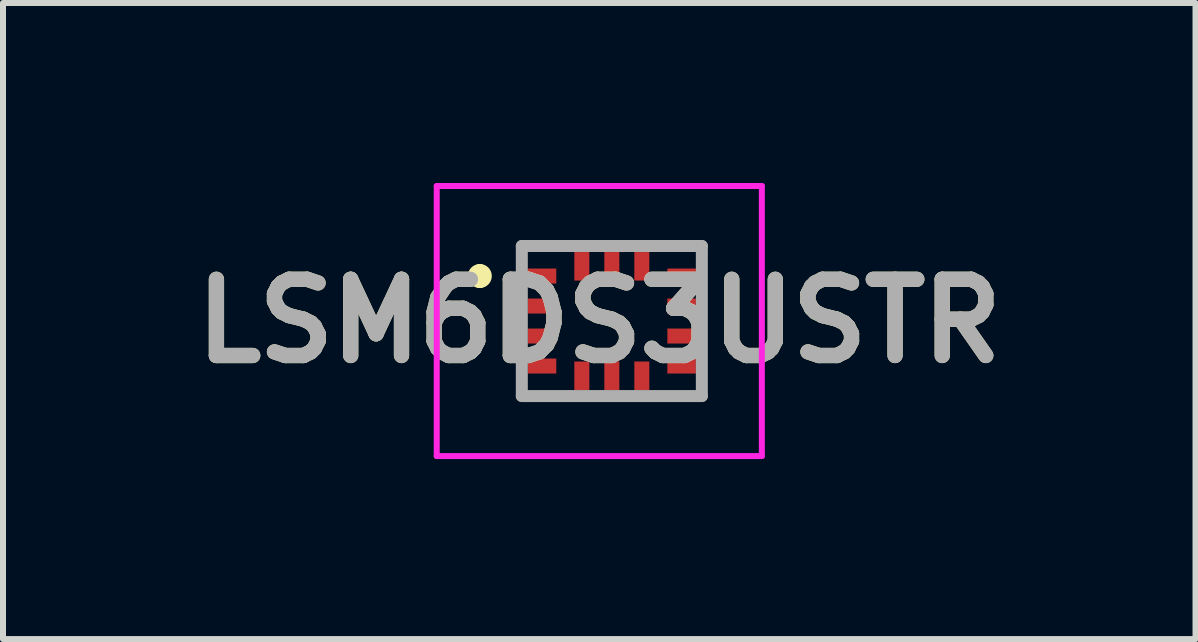
<source format=kicad_pcb>
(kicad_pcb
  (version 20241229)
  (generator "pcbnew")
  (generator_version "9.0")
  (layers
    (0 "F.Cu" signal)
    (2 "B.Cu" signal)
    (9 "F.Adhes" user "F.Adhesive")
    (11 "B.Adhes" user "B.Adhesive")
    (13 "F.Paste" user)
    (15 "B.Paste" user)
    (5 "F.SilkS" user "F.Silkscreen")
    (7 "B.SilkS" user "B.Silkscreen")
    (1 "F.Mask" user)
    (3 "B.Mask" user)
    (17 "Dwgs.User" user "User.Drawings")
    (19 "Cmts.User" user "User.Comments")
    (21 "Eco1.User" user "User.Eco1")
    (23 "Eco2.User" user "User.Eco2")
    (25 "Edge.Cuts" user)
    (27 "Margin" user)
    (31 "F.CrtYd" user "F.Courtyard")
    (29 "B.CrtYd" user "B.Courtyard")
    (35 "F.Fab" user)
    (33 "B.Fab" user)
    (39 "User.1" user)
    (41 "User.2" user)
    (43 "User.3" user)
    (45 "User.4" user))
  (footprint "LSM6DS3USTR"
    (layer "F.Cu")
    (at 7.146 2.3)
    (property "Reference" "LSM6DS3USTR" (at -0.209 0 0) (layer "F.SilkS") (effects (font (size 1.27 1.27) (thickness 0.254))))
    (attr smd)
    (fp_line (start -2.2 -0.85) (end -2.2 -0.85) (stroke (width 0.2) (type solid)) (layer "F.SilkS"))
    (fp_line (start -2.2 -0.65) (end -2.2 -0.65) (stroke (width 0.2) (type solid)) (layer "F.SilkS"))
    (fp_arc (start -2.2 -0.85) (mid -2.1 -0.75) (end -2.2 -0.65) (stroke (width 0.2) (type solid)) (layer "F.SilkS"))
    (fp_arc (start -2.2 -0.65) (mid -2.3 -0.75) (end -2.2 -0.85) (stroke (width 0.2) (type solid)) (layer "F.SilkS"))
    (fp_line (start -2.918 -2.25) (end 2.5 -2.25) (stroke (width 0.1) (type solid)) (layer "F.CrtYd"))
    (fp_line (start -2.918 2.25) (end -2.918 -2.25) (stroke (width 0.1) (type solid)) (layer "F.CrtYd"))
    (fp_line (start 2.5 -2.25) (end 2.5 2.25) (stroke (width 0.1) (type solid)) (layer "F.CrtYd"))
    (fp_line (start 2.5 2.25) (end -2.918 2.25) (stroke (width 0.1) (type solid)) (layer "F.CrtYd"))
    (fp_line (start -1.5 -1.25) (end 1.5 -1.25) (stroke (width 0.2) (type solid)) (layer "F.Fab"))
    (fp_line (start -1.5 1.25) (end -1.5 -1.25) (stroke (width 0.2) (type solid)) (layer "F.Fab"))
    (fp_line (start 1.5 -1.25) (end 1.5 1.25) (stroke (width 0.2) (type solid)) (layer "F.Fab"))
    (fp_line (start 1.5 1.25) (end -1.5 1.25) (stroke (width 0.2) (type solid)) (layer "F.Fab"))
    (fp_text user "${REFERENCE}" (at -0.209 0 0) (layer "F.Fab") (effects (font (size 1.27 1.27) (thickness 0.254))))
    (pad "1" smd rect (at -1.163 -0.75 90) (size 0.25 0.475) (layers "F.Cu" "F.Mask" "F.Paste"))
    (pad "2" smd rect (at -1.163 -0.25 90) (size 0.25 0.475) (layers "F.Cu" "F.Mask" "F.Paste"))
    (pad "3" smd rect (at -1.163 0.25 90) (size 0.25 0.475) (layers "F.Cu" "F.Mask" "F.Paste"))
    (pad "4" smd rect (at -1.163 0.75 90) (size 0.25 0.475) (layers "F.Cu" "F.Mask" "F.Paste"))
    (pad "5" smd rect (at -0.5 0.912) (size 0.25 0.475) (layers "F.Cu" "F.Mask" "F.Paste"))
    (pad "6" smd rect (at 0 0.912) (size 0.25 0.475) (layers "F.Cu" "F.Mask" "F.Paste"))
    (pad "7" smd rect (at 0.5 0.912) (size 0.25 0.475) (layers "F.Cu" "F.Mask" "F.Paste"))
    (pad "8" smd rect (at 1.163 0.75 90) (size 0.25 0.475) (layers "F.Cu" "F.Mask" "F.Paste"))
    (pad "9" smd rect (at 1.163 0.25 90) (size 0.25 0.475) (layers "F.Cu" "F.Mask" "F.Paste"))
    (pad "10" smd rect (at 1.163 -0.25 90) (size 0.25 0.475) (layers "F.Cu" "F.Mask" "F.Paste"))
    (pad "11" smd rect (at 1.163 -0.75 90) (size 0.25 0.475) (layers "F.Cu" "F.Mask" "F.Paste"))
    (pad "12" smd rect (at 0.5 -0.912) (size 0.25 0.475) (layers "F.Cu" "F.Mask" "F.Paste"))
    (pad "13" smd rect (at 0 -0.912) (size 0.25 0.475) (layers "F.Cu" "F.Mask" "F.Paste"))
    (pad "14" smd rect (at -0.5 -0.912) (size 0.25 0.475) (layers "F.Cu" "F.Mask" "F.Paste")))
  (gr_rect
    (start -3 -3)
    (end 16.873 7.6)
    (stroke (width 0.1) (type default))
    (fill no)
    (layer "Edge.Cuts")))
</source>
